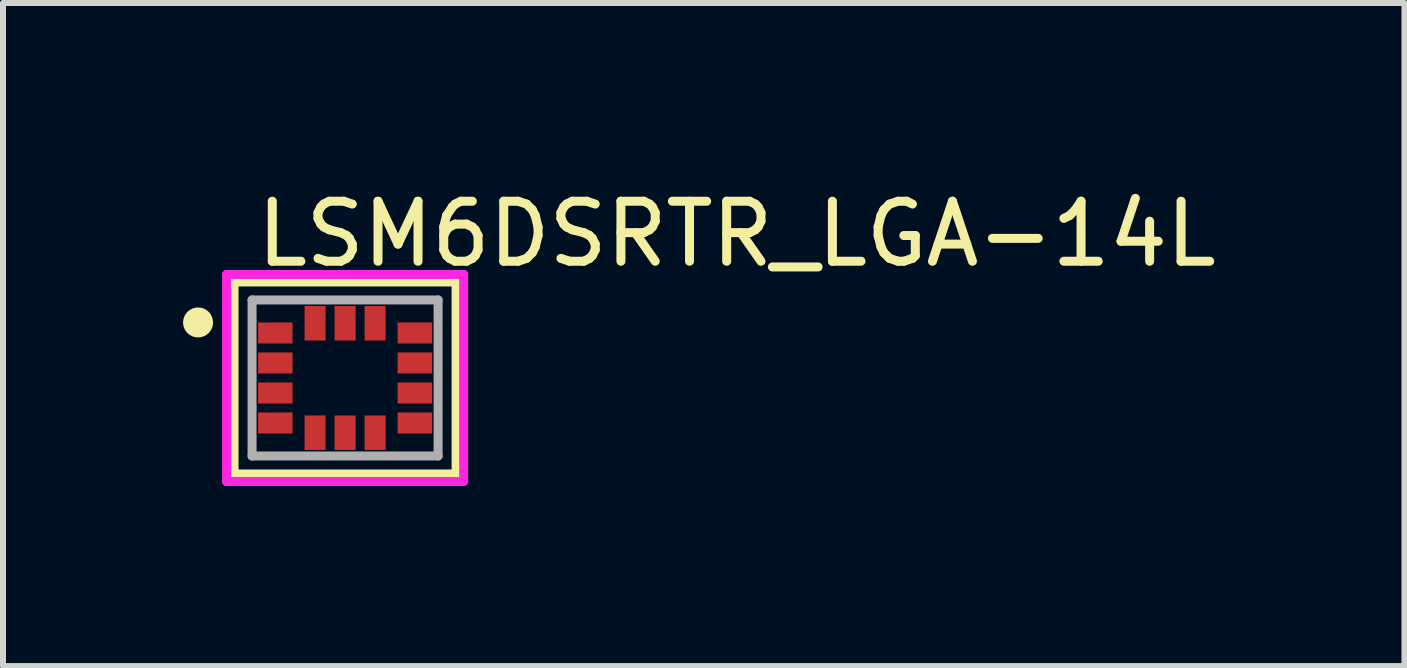
<source format=kicad_pcb>
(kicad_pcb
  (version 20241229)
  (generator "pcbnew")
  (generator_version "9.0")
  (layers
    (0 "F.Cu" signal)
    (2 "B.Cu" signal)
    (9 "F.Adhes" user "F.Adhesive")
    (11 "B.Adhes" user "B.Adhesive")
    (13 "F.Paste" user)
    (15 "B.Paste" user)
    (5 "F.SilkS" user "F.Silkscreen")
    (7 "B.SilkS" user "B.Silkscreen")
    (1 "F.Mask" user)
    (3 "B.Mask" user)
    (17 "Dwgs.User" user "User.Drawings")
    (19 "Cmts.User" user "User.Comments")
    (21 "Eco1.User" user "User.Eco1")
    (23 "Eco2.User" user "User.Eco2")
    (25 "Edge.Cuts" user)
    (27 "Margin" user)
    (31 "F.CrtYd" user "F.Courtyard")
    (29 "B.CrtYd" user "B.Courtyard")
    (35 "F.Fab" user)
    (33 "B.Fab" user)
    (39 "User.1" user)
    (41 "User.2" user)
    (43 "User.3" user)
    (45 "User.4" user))
  (footprint "LSM6DSRTR_LGA-14L"
    (layer "F.Cu")
    (at 2.7 3.248)
    (property "Reference" "LSM6DSRTR_LGA-14L" (at -1.55 -2.4 0) (layer "F.SilkS") (effects (font (size 1 1) (thickness 0.15)) (justify left)))
    (attr through_hole)
    (fp_line (start -1.85 -1.6) (end 1.85 -1.6) (stroke (width 0.15) (type solid)) (layer "F.SilkS"))
    (fp_line (start -1.85 1.6) (end -1.85 -1.6) (stroke (width 0.15) (type solid)) (layer "F.SilkS"))
    (fp_line (start 1.85 -1.6) (end 1.85 1.6) (stroke (width 0.15) (type solid)) (layer "F.SilkS"))
    (fp_line (start 1.85 1.6) (end -1.85 1.6) (stroke (width 0.15) (type solid)) (layer "F.SilkS"))
    (fp_circle (center -2.45 -0.925) (end -2.325 -0.925) (stroke (width 0.25) (type solid)) (fill no) (layer "F.SilkS"))
    (fp_line (start -1.975 -1.725) (end -1.975 1.725) (stroke (width 0.15) (type solid)) (layer "F.CrtYd"))
    (fp_line (start -1.975 1.725) (end 1.975 1.725) (stroke (width 0.15) (type solid)) (layer "F.CrtYd"))
    (fp_line (start 1.975 -1.725) (end -1.975 -1.725) (stroke (width 0.15) (type solid)) (layer "F.CrtYd"))
    (fp_line (start 1.975 -1.725) (end 1.975 -1.725) (stroke (width 0.15) (type solid)) (layer "F.CrtYd"))
    (fp_line (start 1.975 1.725) (end 1.975 -1.725) (stroke (width 0.15) (type solid)) (layer "F.CrtYd"))
    (fp_line (start -1.55 -1.3) (end 1.55 -1.3) (stroke (width 0.15) (type solid)) (layer "F.Fab"))
    (fp_line (start -1.55 1.3) (end -1.55 -1.3) (stroke (width 0.15) (type solid)) (layer "F.Fab"))
    (fp_line (start 1.55 -1.3) (end 1.55 1.3) (stroke (width 0.15) (type solid)) (layer "F.Fab"))
    (fp_line (start 1.55 1.3) (end -1.55 1.3) (stroke (width 0.15) (type solid)) (layer "F.Fab"))
    (pad "" smd rect (at -1.163 -0.75) (size 0.529 0.304) (layers "F.Paste"))
    (pad "" smd rect (at -1.163 -0.25) (size 0.529 0.304) (layers "F.Paste"))
    (pad "" smd rect (at -1.163 0.25) (size 0.529 0.304) (layers "F.Paste"))
    (pad "" smd rect (at -1.163 0.75) (size 0.529 0.304) (layers "F.Paste"))
    (pad "" smd rect (at -0.5 -0.912) (size 0.304 0.529) (layers "F.Paste"))
    (pad "" smd rect (at -0.5 0.912) (size 0.304 0.529) (layers "F.Paste"))
    (pad "" smd rect (at 0 -0.912) (size 0.304 0.529) (layers "F.Paste"))
    (pad "" smd rect (at 0 0.912) (size 0.304 0.529) (layers "F.Paste"))
    (pad "" smd rect (at 0.5 -0.912) (size 0.304 0.529) (layers "F.Paste"))
    (pad "" smd rect (at 0.5 0.912) (size 0.304 0.529) (layers "F.Paste"))
    (pad "" smd rect (at 1.163 -0.75) (size 0.529 0.304) (layers "F.Paste"))
    (pad "" smd rect (at 1.163 -0.25) (size 0.529 0.304) (layers "F.Paste"))
    (pad "" smd rect (at 1.163 0.25) (size 0.529 0.304) (layers "F.Paste"))
    (pad "" smd rect (at 1.163 0.75) (size 0.529 0.304) (layers "F.Paste"))
    (pad "1" smd rect (at -1.163 -0.75) (size 0.575 0.35) (layers "F.Cu" "F.Mask"))
    (pad "2" smd rect (at -1.163 -0.25) (size 0.575 0.35) (layers "F.Cu" "F.Mask"))
    (pad "3" smd rect (at -1.163 0.25) (size 0.575 0.35) (layers "F.Cu" "F.Mask"))
    (pad "4" smd rect (at -1.163 0.75) (size 0.575 0.35) (layers "F.Cu" "F.Mask"))
    (pad "5" smd rect (at -0.5 0.912) (size 0.35 0.575) (layers "F.Cu" "F.Mask"))
    (pad "6" smd rect (at 0 0.912) (size 0.35 0.575) (layers "F.Cu" "F.Mask"))
    (pad "7" smd rect (at 0.5 0.912) (size 0.35 0.575) (layers "F.Cu" "F.Mask"))
    (pad "8" smd rect (at 1.163 0.75) (size 0.575 0.35) (layers "F.Cu" "F.Mask"))
    (pad "9" smd rect (at 1.163 0.25) (size 0.575 0.35) (layers "F.Cu" "F.Mask"))
    (pad "10" smd rect (at 1.163 -0.25) (size 0.575 0.35) (layers "F.Cu" "F.Mask"))
    (pad "11" smd rect (at 1.163 -0.75) (size 0.575 0.35) (layers "F.Cu" "F.Mask"))
    (pad "12" smd rect (at 0.5 -0.912) (size 0.35 0.575) (layers "F.Cu" "F.Mask"))
    (pad "13" smd rect (at 0 -0.912) (size 0.35 0.575) (layers "F.Cu" "F.Mask"))
    (pad "14" smd rect (at -0.5 -0.912) (size 0.35 0.575) (layers "F.Cu" "F.Mask")))
  (gr_rect
    (start -3 -3)
    (end 20.352 8.048)
    (stroke (width 0.1) (type default))
    (fill no)
    (layer "Edge.Cuts")))
</source>
